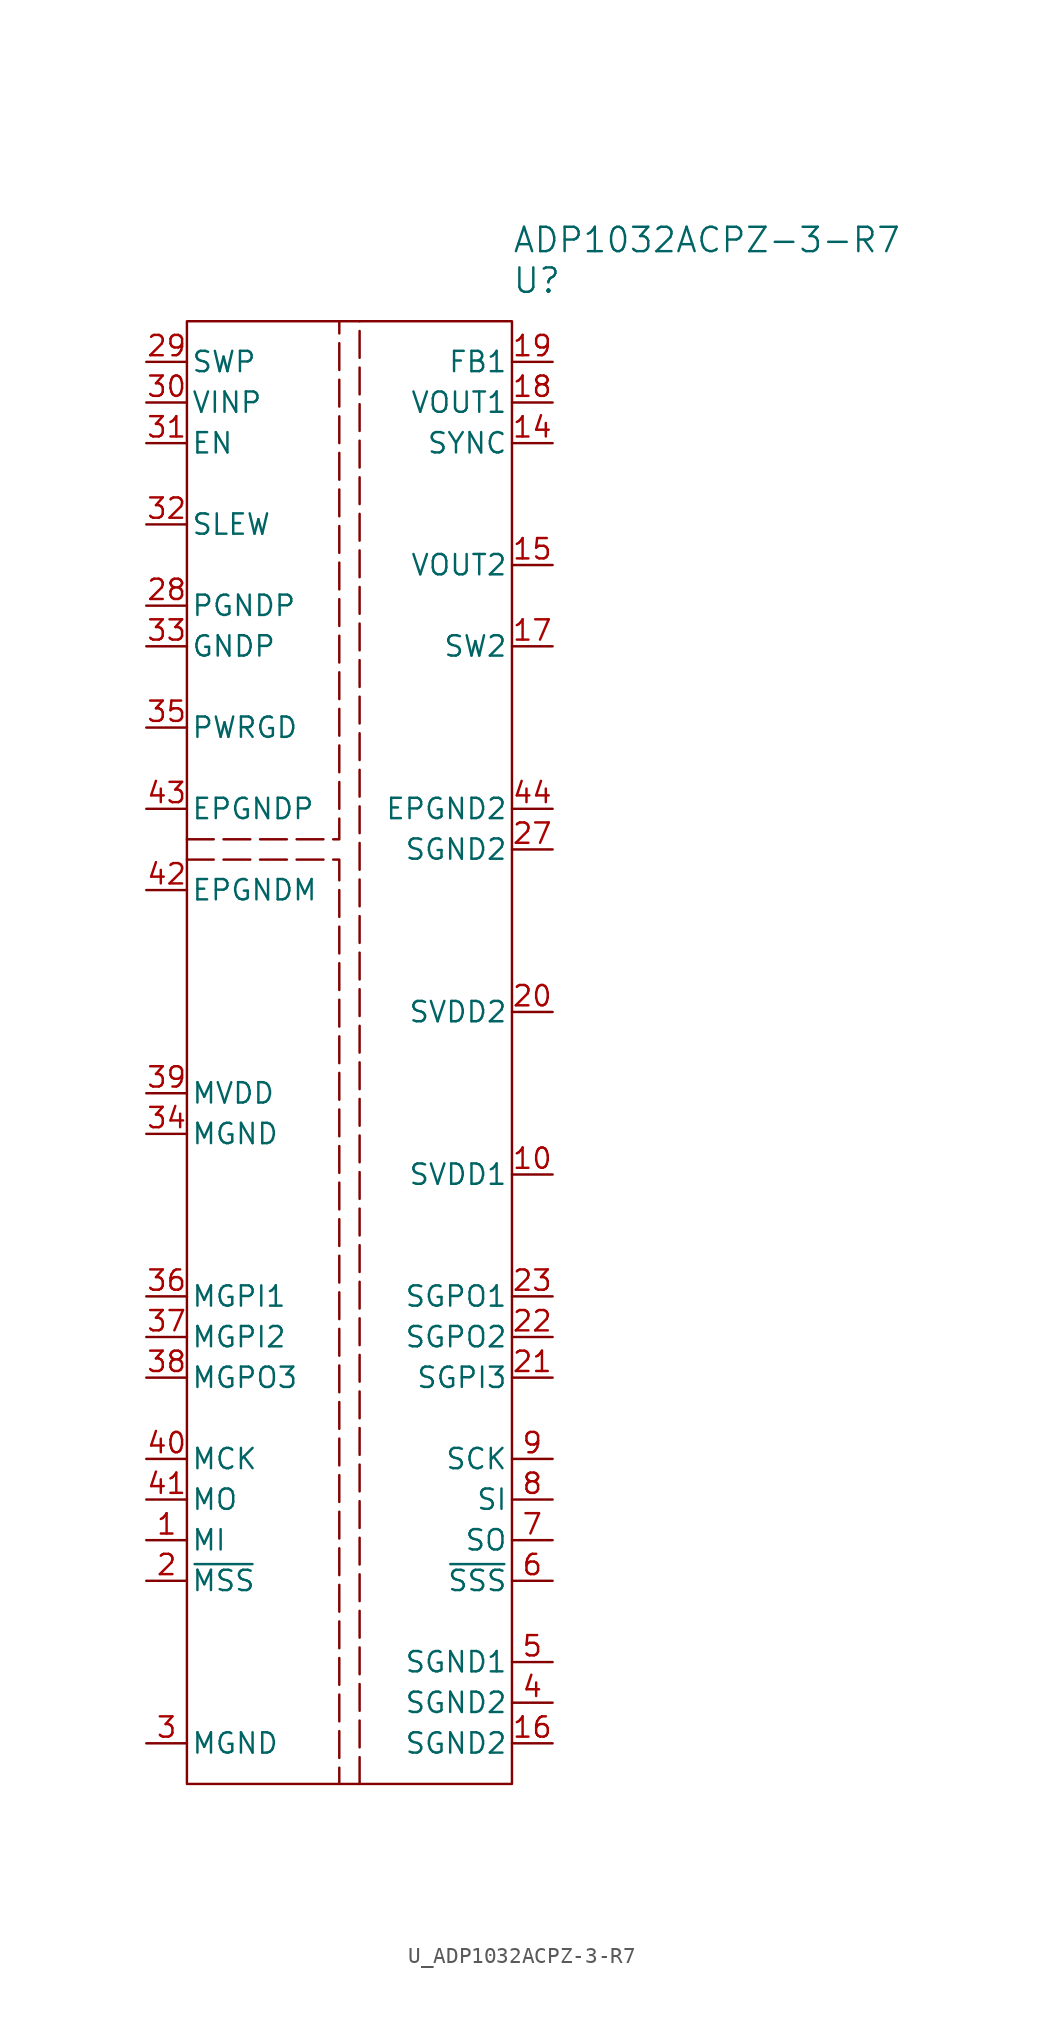
<source format=kicad_sym>
(kicad_symbol_lib
  (version 20241209)
  (generator "kicad_symbol_editor")
  (generator_version "9.0")
  (symbol "U_ADP1032ACPZ-3-R7"
    (pin_names
      (offset 0.254))
    (property "Reference" "U"
      (at 10.16 50.8 0)
      (effects (font (size 1.524 1.524)) (justify left)))
    (property "Value" "ADP1032ACPZ-3-R7"
      (at 10.16 53.34 0)
      (effects (font (size 1.524 1.524)) (justify left)))
    (symbol "U_ADP1032ACPZ-3-R7_0_1"
      (pin power_in line (at -12.7 43.18 0) (length 2.54) (name "VINP" (effects (font (size 1.27 1.27)))) (number "30" (effects (font (size 1.27 1.27)))))
      (pin input line (at -12.7 40.64 0) (length 2.54) (name "EN" (effects (font (size 1.27 1.27)))) (number "31" (effects (font (size 1.27 1.27)))))
      (pin input line (at -12.7 35.56 0) (length 2.54) (name "SLEW" (effects (font (size 1.27 1.27)))) (number "32" (effects (font (size 1.27 1.27)))))
      (pin power_out line (at -12.7 30.48 0) (length 2.54) (name "PGNDP" (effects (font (size 1.27 1.27)))) (number "28" (effects (font (size 1.27 1.27)))))
      (pin power_out line (at -12.7 27.94 0) (length 2.54) (name "GNDP" (effects (font (size 1.27 1.27)))) (number "33" (effects (font (size 1.27 1.27)))))
      (pin power_out line (at -12.7 22.86 0) (length 2.54) (name "PWRGD" (effects (font (size 1.27 1.27)))) (number "35" (effects (font (size 1.27 1.27)))))
      (pin power_out line (at -12.7 17.78 0) (length 2.54) (name "EPGNDP" (effects (font (size 1.27 1.27)))) (number "43" (effects (font (size 1.27 1.27)))))
      (pin power_out line (at -12.7 12.7 0) (length 2.54) (name "EPGNDM" (effects (font (size 1.27 1.27)))) (number "42" (effects (font (size 1.27 1.27)))))
      (pin power_in line (at -12.7 0 0) (length 2.54) (name "MVDD" (effects (font (size 1.27 1.27)))) (number "39" (effects (font (size 1.27 1.27)))))
      (pin power_out line (at -12.7 -2.54 0) (length 2.54) (name "MGND" (effects (font (size 1.27 1.27)))) (number "34" (effects (font (size 1.27 1.27)))))
      (pin input line (at -12.7 -12.7 0) (length 2.54) (name "MGPI1" (effects (font (size 1.27 1.27)))) (number "36" (effects (font (size 1.27 1.27)))))
      (pin input line (at -12.7 -15.24 0) (length 2.54) (name "MGPI2" (effects (font (size 1.27 1.27)))) (number "37" (effects (font (size 1.27 1.27)))))
      (pin output line (at -12.7 -17.78 0) (length 2.54) (name "MGPO3" (effects (font (size 1.27 1.27)))) (number "38" (effects (font (size 1.27 1.27)))))
      (pin input line (at -12.7 -22.86 0) (length 2.54) (name "MCK" (effects (font (size 1.27 1.27)))) (number "40" (effects (font (size 1.27 1.27)))))
      (pin input line (at -12.7 -25.4 0) (length 2.54) (name "MO" (effects (font (size 1.27 1.27)))) (number "41" (effects (font (size 1.27 1.27)))))
      (pin output line (at -12.7 -27.94 0) (length 2.54) (name "MI" (effects (font (size 1.27 1.27)))) (number "1" (effects (font (size 1.27 1.27)))))
      (pin input line (at 12.7 40.64 180) (length 2.54) (name "SYNC" (effects (font (size 1.27 1.27)))) (number "14" (effects (font (size 1.27 1.27)))))
      (pin power_out line (at 12.7 17.78 180) (length 2.54) (name "EPGND2" (effects (font (size 1.27 1.27)))) (number "44" (effects (font (size 1.27 1.27)))))
      (pin power_out line (at 12.7 15.24 180) (length 2.54) (name "SGND2" (effects (font (size 1.27 1.27)))) (number "27" (effects (font (size 1.27 1.27)))))
      (pin power_in line (at 12.7 5.08 180) (length 2.54) (name "SVDD2" (effects (font (size 1.27 1.27)))) (number "20" (effects (font (size 1.27 1.27)))))
      (pin power_in line (at 12.7 -5.08 180) (length 2.54) (name "SVDD1" (effects (font (size 1.27 1.27)))) (number "10" (effects (font (size 1.27 1.27)))))
      (pin input line (at 12.7 -17.78 180) (length 2.54) (name "SGPI3" (effects (font (size 1.27 1.27)))) (number "21" (effects (font (size 1.27 1.27)))))
      (pin output line (at 12.7 -22.86 180) (length 2.54) (name "SCK" (effects (font (size 1.27 1.27)))) (number "9" (effects (font (size 1.27 1.27)))))
      (pin output line (at 12.7 -25.4 180) (length 2.54) (name "SI" (effects (font (size 1.27 1.27)))) (number "8" (effects (font (size 1.27 1.27)))))
      (pin input line (at 12.7 -27.94 180) (length 2.54) (name "SO" (effects (font (size 1.27 1.27)))) (number "7" (effects (font (size 1.27 1.27))))))
    (symbol "U_ADP1032ACPZ-3-R7_1_1"
      (rectangle (start -10.16 48.26) (end 10.16 -43.18) (stroke (width 0) (type default)) (fill (type none)))
      (polyline (pts (xy -10.16 15.875) (xy -0.635 15.875) (xy -0.635 48.26)) (stroke (width 0) (type dash)) (fill (type none)))
      (polyline (pts (xy -10.16 14.605) (xy -0.635 14.605) (xy -0.635 -43.18)) (stroke (width 0) (type dash)) (fill (type none)))
      (polyline (pts (xy 0.635 -43.18) (xy 0.635 48.26)) (stroke (width 0) (type dash)) (fill (type none)))
      (pin power_in line (at -12.7 45.72 0) (length 2.54) (name "SWP" (effects (font (size 1.27 1.27)))) (number "29" (effects (font (size 1.27 1.27)))))
      (pin input line (at -12.7 -30.48 0) (length 2.54) (name "~{MSS}" (effects (font (size 1.27 1.27)))) (number "2" (effects (font (size 1.27 1.27)))))
      (pin power_in line (at -12.7 -40.64 0) (length 2.54) (name "MGND" (effects (font (size 1.27 1.27)))) (number "3" (effects (font (size 1.27 1.27)))))
      (pin input line (at 12.7 45.72 180) (length 2.54) (name "FB1" (effects (font (size 1.27 1.27)))) (number "19" (effects (font (size 1.27 1.27)))))
      (pin power_out line (at 12.7 43.18 180) (length 2.54) (name "VOUT1" (effects (font (size 1.27 1.27)))) (number "18" (effects (font (size 1.27 1.27)))))
      (pin power_out line (at 12.7 33.02 180) (length 2.54) (name "VOUT2" (effects (font (size 1.27 1.27)))) (number "15" (effects (font (size 1.27 1.27)))))
      (pin power_in line (at 12.7 27.94 180) (length 2.54) (name "SW2" (effects (font (size 1.27 1.27)))) (number "17" (effects (font (size 1.27 1.27)))))
      (pin no_connect line (at 12.7 12.7 180) (length 2.54) (hide yes) (name "DNC" (effects (font (size 1.27 1.27)))) (number "26" (effects (font (size 1.27 1.27)))))
      (pin no_connect line (at 12.7 10.16 180) (length 2.54) (hide yes) (name "DNC" (effects (font (size 1.27 1.27)))) (number "25" (effects (font (size 1.27 1.27)))))
      (pin no_connect line (at 12.7 7.62 180) (length 2.54) (hide yes) (name "DNC" (effects (font (size 1.27 1.27)))) (number "24" (effects (font (size 1.27 1.27)))))
      (pin no_connect line (at 12.7 2.54 180) (length 2.54) (hide yes) (name "DNC" (effects (font (size 1.27 1.27)))) (number "13" (effects (font (size 1.27 1.27)))))
      (pin no_connect line (at 12.7 0 180) (length 2.54) (hide yes) (name "DNC" (effects (font (size 1.27 1.27)))) (number "12" (effects (font (size 1.27 1.27)))))
      (pin no_connect line (at 12.7 -2.54 180) (length 2.54) (hide yes) (name "DNC" (effects (font (size 1.27 1.27)))) (number "11" (effects (font (size 1.27 1.27)))))
      (pin output line (at 12.7 -12.7 180) (length 2.54) (name "SGPO1" (effects (font (size 1.27 1.27)))) (number "23" (effects (font (size 1.27 1.27)))))
      (pin output line (at 12.7 -15.24 180) (length 2.54) (name "SGPO2" (effects (font (size 1.27 1.27)))) (number "22" (effects (font (size 1.27 1.27)))))
      (pin output line (at 12.7 -30.48 180) (length 2.54) (name "~{SSS}" (effects (font (size 1.27 1.27)))) (number "6" (effects (font (size 1.27 1.27)))))
      (pin power_in line (at 12.7 -35.56 180) (length 2.54) (name "SGND1" (effects (font (size 1.27 1.27)))) (number "5" (effects (font (size 1.27 1.27)))))
      (pin power_in line (at 12.7 -38.1 180) (length 2.54) (name "SGND2" (effects (font (size 1.27 1.27)))) (number "4" (effects (font (size 1.27 1.27)))))
      (pin power_in line (at 12.7 -40.64 180) (length 2.54) (name "SGND2" (effects (font (size 1.27 1.27)))) (number "16" (effects (font (size 1.27 1.27))))))))
</source>
